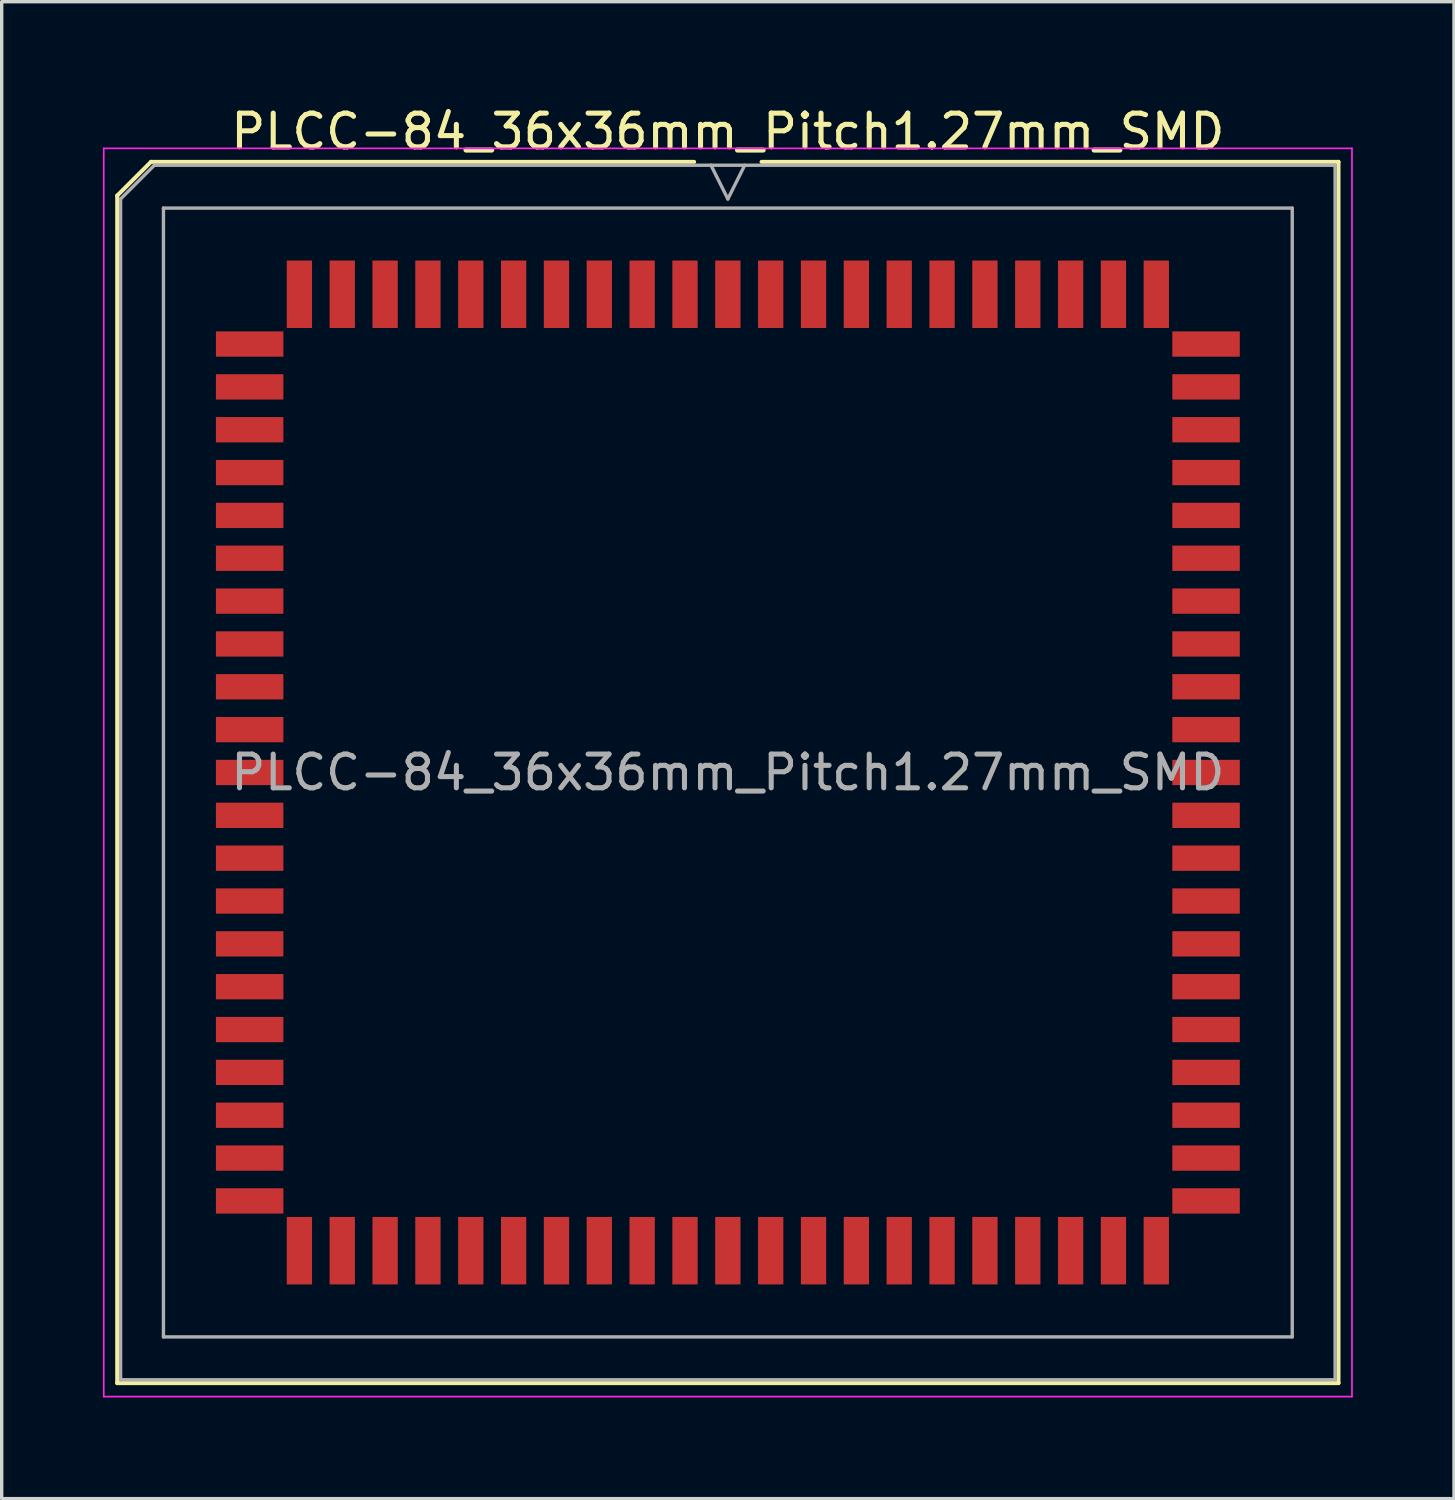
<source format=kicad_pcb>
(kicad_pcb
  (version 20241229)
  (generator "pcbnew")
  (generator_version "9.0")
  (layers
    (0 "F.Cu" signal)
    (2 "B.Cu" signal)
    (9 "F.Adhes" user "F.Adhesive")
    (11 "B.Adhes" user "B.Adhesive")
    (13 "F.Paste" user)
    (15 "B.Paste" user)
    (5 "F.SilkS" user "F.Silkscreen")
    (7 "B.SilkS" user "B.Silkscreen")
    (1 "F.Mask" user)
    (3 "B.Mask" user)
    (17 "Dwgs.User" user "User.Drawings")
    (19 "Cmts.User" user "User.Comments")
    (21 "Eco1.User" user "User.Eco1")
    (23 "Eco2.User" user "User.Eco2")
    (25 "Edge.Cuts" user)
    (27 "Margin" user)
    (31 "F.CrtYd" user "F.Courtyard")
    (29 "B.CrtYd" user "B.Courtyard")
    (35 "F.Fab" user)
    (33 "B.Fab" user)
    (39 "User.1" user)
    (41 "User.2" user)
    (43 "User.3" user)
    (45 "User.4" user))
  (footprint "PLCC-84_36x36mm_Pitch1.27mm_SMD"
    (layer "F.Cu")
    (at 18.525 19.848)
    (property "Reference" "PLCC-84_36x36mm_Pitch1.27mm_SMD" (at 0 -19 0) (layer "F.SilkS") (effects (font (size 1 1) (thickness 0.15))))
    (attr smd)
    (fp_line (start -18.1 -17.1) (end -18.1 18.1) (stroke (width 0.12) (type solid)) (layer "F.SilkS"))
    (fp_line (start -18.1 18.1) (end 18.1 18.1) (stroke (width 0.12) (type solid)) (layer "F.SilkS"))
    (fp_line (start -17.1 -18.1) (end -18.1 -17.1) (stroke (width 0.12) (type solid)) (layer "F.SilkS"))
    (fp_line (start -1 -18.1) (end -17.1 -18.1) (stroke (width 0.12) (type solid)) (layer "F.SilkS"))
    (fp_line (start 18.1 -18.1) (end 1 -18.1) (stroke (width 0.12) (type solid)) (layer "F.SilkS"))
    (fp_line (start 18.1 18.1) (end 18.1 -18.1) (stroke (width 0.12) (type solid)) (layer "F.SilkS"))
    (fp_line (start -18.5 -18.5) (end -18.5 18.5) (stroke (width 0.05) (type solid)) (layer "F.CrtYd"))
    (fp_line (start -18.5 18.5) (end 18.5 18.5) (stroke (width 0.05) (type solid)) (layer "F.CrtYd"))
    (fp_line (start 18.5 -18.5) (end -18.5 -18.5) (stroke (width 0.05) (type solid)) (layer "F.CrtYd"))
    (fp_line (start 18.5 18.5) (end 18.5 -18.5) (stroke (width 0.05) (type solid)) (layer "F.CrtYd"))
    (fp_line (start -18 -17) (end -18 18) (stroke (width 0.1) (type solid)) (layer "F.Fab"))
    (fp_line (start -18 18) (end 18 18) (stroke (width 0.1) (type solid)) (layer "F.Fab"))
    (fp_line (start -17 -18) (end -18 -17) (stroke (width 0.1) (type solid)) (layer "F.Fab"))
    (fp_line (start -16.73 -16.73) (end -16.73 16.73) (stroke (width 0.1) (type solid)) (layer "F.Fab"))
    (fp_line (start -16.73 16.73) (end 16.73 16.73) (stroke (width 0.1) (type solid)) (layer "F.Fab"))
    (fp_line (start -0.5 -18) (end 0 -17) (stroke (width 0.1) (type solid)) (layer "F.Fab"))
    (fp_line (start 0 -17) (end 0.5 -18) (stroke (width 0.1) (type solid)) (layer "F.Fab"))
    (fp_line (start 16.73 -16.73) (end -16.73 -16.73) (stroke (width 0.1) (type solid)) (layer "F.Fab"))
    (fp_line (start 16.73 16.73) (end 16.73 -16.73) (stroke (width 0.1) (type solid)) (layer "F.Fab"))
    (fp_line (start 18 -18) (end -17 -18) (stroke (width 0.1) (type solid)) (layer "F.Fab"))
    (fp_line (start 18 18) (end 18 -18) (stroke (width 0.1) (type solid)) (layer "F.Fab"))
    (fp_text user "${REFERENCE}" (at 0 0 0) (layer "F.Fab") (effects (font (size 1 1) (thickness 0.15))))
    (pad "1" smd rect (at 0 -14.175) (size 0.75 2) (layers "F.Cu" "F.Mask" "F.Paste"))
    (pad "2" smd rect (at -1.27 -14.175) (size 0.75 2) (layers "F.Cu" "F.Mask" "F.Paste"))
    (pad "3" smd rect (at -2.54 -14.175) (size 0.75 2) (layers "F.Cu" "F.Mask" "F.Paste"))
    (pad "4" smd rect (at -3.81 -14.175) (size 0.75 2) (layers "F.Cu" "F.Mask" "F.Paste"))
    (pad "5" smd rect (at -5.08 -14.175) (size 0.75 2) (layers "F.Cu" "F.Mask" "F.Paste"))
    (pad "6" smd rect (at -6.35 -14.175) (size 0.75 2) (layers "F.Cu" "F.Mask" "F.Paste"))
    (pad "7" smd rect (at -7.62 -14.175) (size 0.75 2) (layers "F.Cu" "F.Mask" "F.Paste"))
    (pad "8" smd rect (at -8.89 -14.175) (size 0.75 2) (layers "F.Cu" "F.Mask" "F.Paste"))
    (pad "9" smd rect (at -10.16 -14.175) (size 0.75 2) (layers "F.Cu" "F.Mask" "F.Paste"))
    (pad "10" smd rect (at -11.43 -14.175) (size 0.75 2) (layers "F.Cu" "F.Mask" "F.Paste"))
    (pad "11" smd rect (at -12.7 -14.175) (size 0.75 2) (layers "F.Cu" "F.Mask" "F.Paste"))
    (pad "12" smd rect (at -14.175 -12.7) (size 2 0.75) (layers "F.Cu" "F.Mask" "F.Paste"))
    (pad "13" smd rect (at -14.175 -11.43) (size 2 0.75) (layers "F.Cu" "F.Mask" "F.Paste"))
    (pad "14" smd rect (at -14.175 -10.16) (size 2 0.75) (layers "F.Cu" "F.Mask" "F.Paste"))
    (pad "15" smd rect (at -14.175 -8.89) (size 2 0.75) (layers "F.Cu" "F.Mask" "F.Paste"))
    (pad "16" smd rect (at -14.175 -7.62) (size 2 0.75) (layers "F.Cu" "F.Mask" "F.Paste"))
    (pad "17" smd rect (at -14.175 -6.35) (size 2 0.75) (layers "F.Cu" "F.Mask" "F.Paste"))
    (pad "18" smd rect (at -14.175 -5.08) (size 2 0.75) (layers "F.Cu" "F.Mask" "F.Paste"))
    (pad "19" smd rect (at -14.175 -3.81) (size 2 0.75) (layers "F.Cu" "F.Mask" "F.Paste"))
    (pad "20" smd rect (at -14.175 -2.54) (size 2 0.75) (layers "F.Cu" "F.Mask" "F.Paste"))
    (pad "21" smd rect (at -14.175 -1.27) (size 2 0.75) (layers "F.Cu" "F.Mask" "F.Paste"))
    (pad "22" smd rect (at -14.175 0) (size 2 0.75) (layers "F.Cu" "F.Mask" "F.Paste"))
    (pad "23" smd rect (at -14.175 1.27) (size 2 0.75) (layers "F.Cu" "F.Mask" "F.Paste"))
    (pad "24" smd rect (at -14.175 2.54) (size 2 0.75) (layers "F.Cu" "F.Mask" "F.Paste"))
    (pad "25" smd rect (at -14.175 3.81) (size 2 0.75) (layers "F.Cu" "F.Mask" "F.Paste"))
    (pad "26" smd rect (at -14.175 5.08) (size 2 0.75) (layers "F.Cu" "F.Mask" "F.Paste"))
    (pad "27" smd rect (at -14.175 6.35) (size 2 0.75) (layers "F.Cu" "F.Mask" "F.Paste"))
    (pad "28" smd rect (at -14.175 7.62) (size 2 0.75) (layers "F.Cu" "F.Mask" "F.Paste"))
    (pad "29" smd rect (at -14.175 8.89) (size 2 0.75) (layers "F.Cu" "F.Mask" "F.Paste"))
    (pad "30" smd rect (at -14.175 10.16) (size 2 0.75) (layers "F.Cu" "F.Mask" "F.Paste"))
    (pad "31" smd rect (at -14.175 11.43) (size 2 0.75) (layers "F.Cu" "F.Mask" "F.Paste"))
    (pad "32" smd rect (at -14.175 12.7) (size 2 0.75) (layers "F.Cu" "F.Mask" "F.Paste"))
    (pad "33" smd rect (at -12.7 14.175) (size 0.75 2) (layers "F.Cu" "F.Mask" "F.Paste"))
    (pad "34" smd rect (at -11.43 14.175) (size 0.75 2) (layers "F.Cu" "F.Mask" "F.Paste"))
    (pad "35" smd rect (at -10.16 14.175) (size 0.75 2) (layers "F.Cu" "F.Mask" "F.Paste"))
    (pad "36" smd rect (at -8.89 14.175) (size 0.75 2) (layers "F.Cu" "F.Mask" "F.Paste"))
    (pad "37" smd rect (at -7.62 14.175) (size 0.75 2) (layers "F.Cu" "F.Mask" "F.Paste"))
    (pad "38" smd rect (at -6.35 14.175) (size 0.75 2) (layers "F.Cu" "F.Mask" "F.Paste"))
    (pad "39" smd rect (at -5.08 14.175) (size 0.75 2) (layers "F.Cu" "F.Mask" "F.Paste"))
    (pad "40" smd rect (at -3.81 14.175) (size 0.75 2) (layers "F.Cu" "F.Mask" "F.Paste"))
    (pad "41" smd rect (at -2.54 14.175) (size 0.75 2) (layers "F.Cu" "F.Mask" "F.Paste"))
    (pad "42" smd rect (at -1.27 14.175) (size 0.75 2) (layers "F.Cu" "F.Mask" "F.Paste"))
    (pad "43" smd rect (at 0 14.175) (size 0.75 2) (layers "F.Cu" "F.Mask" "F.Paste"))
    (pad "44" smd rect (at 1.27 14.175) (size 0.75 2) (layers "F.Cu" "F.Mask" "F.Paste"))
    (pad "45" smd rect (at 2.54 14.175) (size 0.75 2) (layers "F.Cu" "F.Mask" "F.Paste"))
    (pad "46" smd rect (at 3.81 14.175) (size 0.75 2) (layers "F.Cu" "F.Mask" "F.Paste"))
    (pad "47" smd rect (at 5.08 14.175) (size 0.75 2) (layers "F.Cu" "F.Mask" "F.Paste"))
    (pad "48" smd rect (at 6.35 14.175) (size 0.75 2) (layers "F.Cu" "F.Mask" "F.Paste"))
    (pad "49" smd rect (at 7.62 14.175) (size 0.75 2) (layers "F.Cu" "F.Mask" "F.Paste"))
    (pad "50" smd rect (at 8.89 14.175) (size 0.75 2) (layers "F.Cu" "F.Mask" "F.Paste"))
    (pad "51" smd rect (at 10.16 14.175) (size 0.75 2) (layers "F.Cu" "F.Mask" "F.Paste"))
    (pad "52" smd rect (at 11.43 14.175) (size 0.75 2) (layers "F.Cu" "F.Mask" "F.Paste"))
    (pad "53" smd rect (at 12.7 14.175) (size 0.75 2) (layers "F.Cu" "F.Mask" "F.Paste"))
    (pad "54" smd rect (at 14.175 12.7) (size 2 0.75) (layers "F.Cu" "F.Mask" "F.Paste"))
    (pad "55" smd rect (at 14.175 11.43) (size 2 0.75) (layers "F.Cu" "F.Mask" "F.Paste"))
    (pad "56" smd rect (at 14.175 10.16) (size 2 0.75) (layers "F.Cu" "F.Mask" "F.Paste"))
    (pad "57" smd rect (at 14.175 8.89) (size 2 0.75) (layers "F.Cu" "F.Mask" "F.Paste"))
    (pad "58" smd rect (at 14.175 7.62) (size 2 0.75) (layers "F.Cu" "F.Mask" "F.Paste"))
    (pad "59" smd rect (at 14.175 6.35) (size 2 0.75) (layers "F.Cu" "F.Mask" "F.Paste"))
    (pad "60" smd rect (at 14.175 5.08) (size 2 0.75) (layers "F.Cu" "F.Mask" "F.Paste"))
    (pad "61" smd rect (at 14.175 3.81) (size 2 0.75) (layers "F.Cu" "F.Mask" "F.Paste"))
    (pad "62" smd rect (at 14.175 2.54) (size 2 0.75) (layers "F.Cu" "F.Mask" "F.Paste"))
    (pad "63" smd rect (at 14.175 1.27) (size 2 0.75) (layers "F.Cu" "F.Mask" "F.Paste"))
    (pad "64" smd rect (at 14.175 0) (size 2 0.75) (layers "F.Cu" "F.Mask" "F.Paste"))
    (pad "65" smd rect (at 14.175 -1.27) (size 2 0.75) (layers "F.Cu" "F.Mask" "F.Paste"))
    (pad "66" smd rect (at 14.175 -2.54) (size 2 0.75) (layers "F.Cu" "F.Mask" "F.Paste"))
    (pad "67" smd rect (at 14.175 -3.81) (size 2 0.75) (layers "F.Cu" "F.Mask" "F.Paste"))
    (pad "68" smd rect (at 14.175 -5.08) (size 2 0.75) (layers "F.Cu" "F.Mask" "F.Paste"))
    (pad "69" smd rect (at 14.175 -6.35) (size 2 0.75) (layers "F.Cu" "F.Mask" "F.Paste"))
    (pad "70" smd rect (at 14.175 -7.62) (size 2 0.75) (layers "F.Cu" "F.Mask" "F.Paste"))
    (pad "71" smd rect (at 14.175 -8.89) (size 2 0.75) (layers "F.Cu" "F.Mask" "F.Paste"))
    (pad "72" smd rect (at 14.175 -10.16) (size 2 0.75) (layers "F.Cu" "F.Mask" "F.Paste"))
    (pad "73" smd rect (at 14.175 -11.43) (size 2 0.75) (layers "F.Cu" "F.Mask" "F.Paste"))
    (pad "74" smd rect (at 14.175 -12.7) (size 2 0.75) (layers "F.Cu" "F.Mask" "F.Paste"))
    (pad "75" smd rect (at 12.7 -14.175) (size 0.75 2) (layers "F.Cu" "F.Mask" "F.Paste"))
    (pad "76" smd rect (at 11.43 -14.175) (size 0.75 2) (layers "F.Cu" "F.Mask" "F.Paste"))
    (pad "77" smd rect (at 10.16 -14.175) (size 0.75 2) (layers "F.Cu" "F.Mask" "F.Paste"))
    (pad "78" smd rect (at 8.89 -14.175) (size 0.75 2) (layers "F.Cu" "F.Mask" "F.Paste"))
    (pad "79" smd rect (at 7.62 -14.175) (size 0.75 2) (layers "F.Cu" "F.Mask" "F.Paste"))
    (pad "80" smd rect (at 6.35 -14.175) (size 0.75 2) (layers "F.Cu" "F.Mask" "F.Paste"))
    (pad "81" smd rect (at 5.08 -14.175) (size 0.75 2) (layers "F.Cu" "F.Mask" "F.Paste"))
    (pad "82" smd rect (at 3.81 -14.175) (size 0.75 2) (layers "F.Cu" "F.Mask" "F.Paste"))
    (pad "83" smd rect (at 2.54 -14.175) (size 0.75 2) (layers "F.Cu" "F.Mask" "F.Paste"))
    (pad "84" smd rect (at 1.27 -14.175) (size 0.75 2) (layers "F.Cu" "F.Mask" "F.Paste")))
  (gr_rect
    (start -3 -3)
    (end 40.05 41.373)
    (stroke (width 0.1) (type default))
    (fill no)
    (layer "Edge.Cuts")))
</source>
